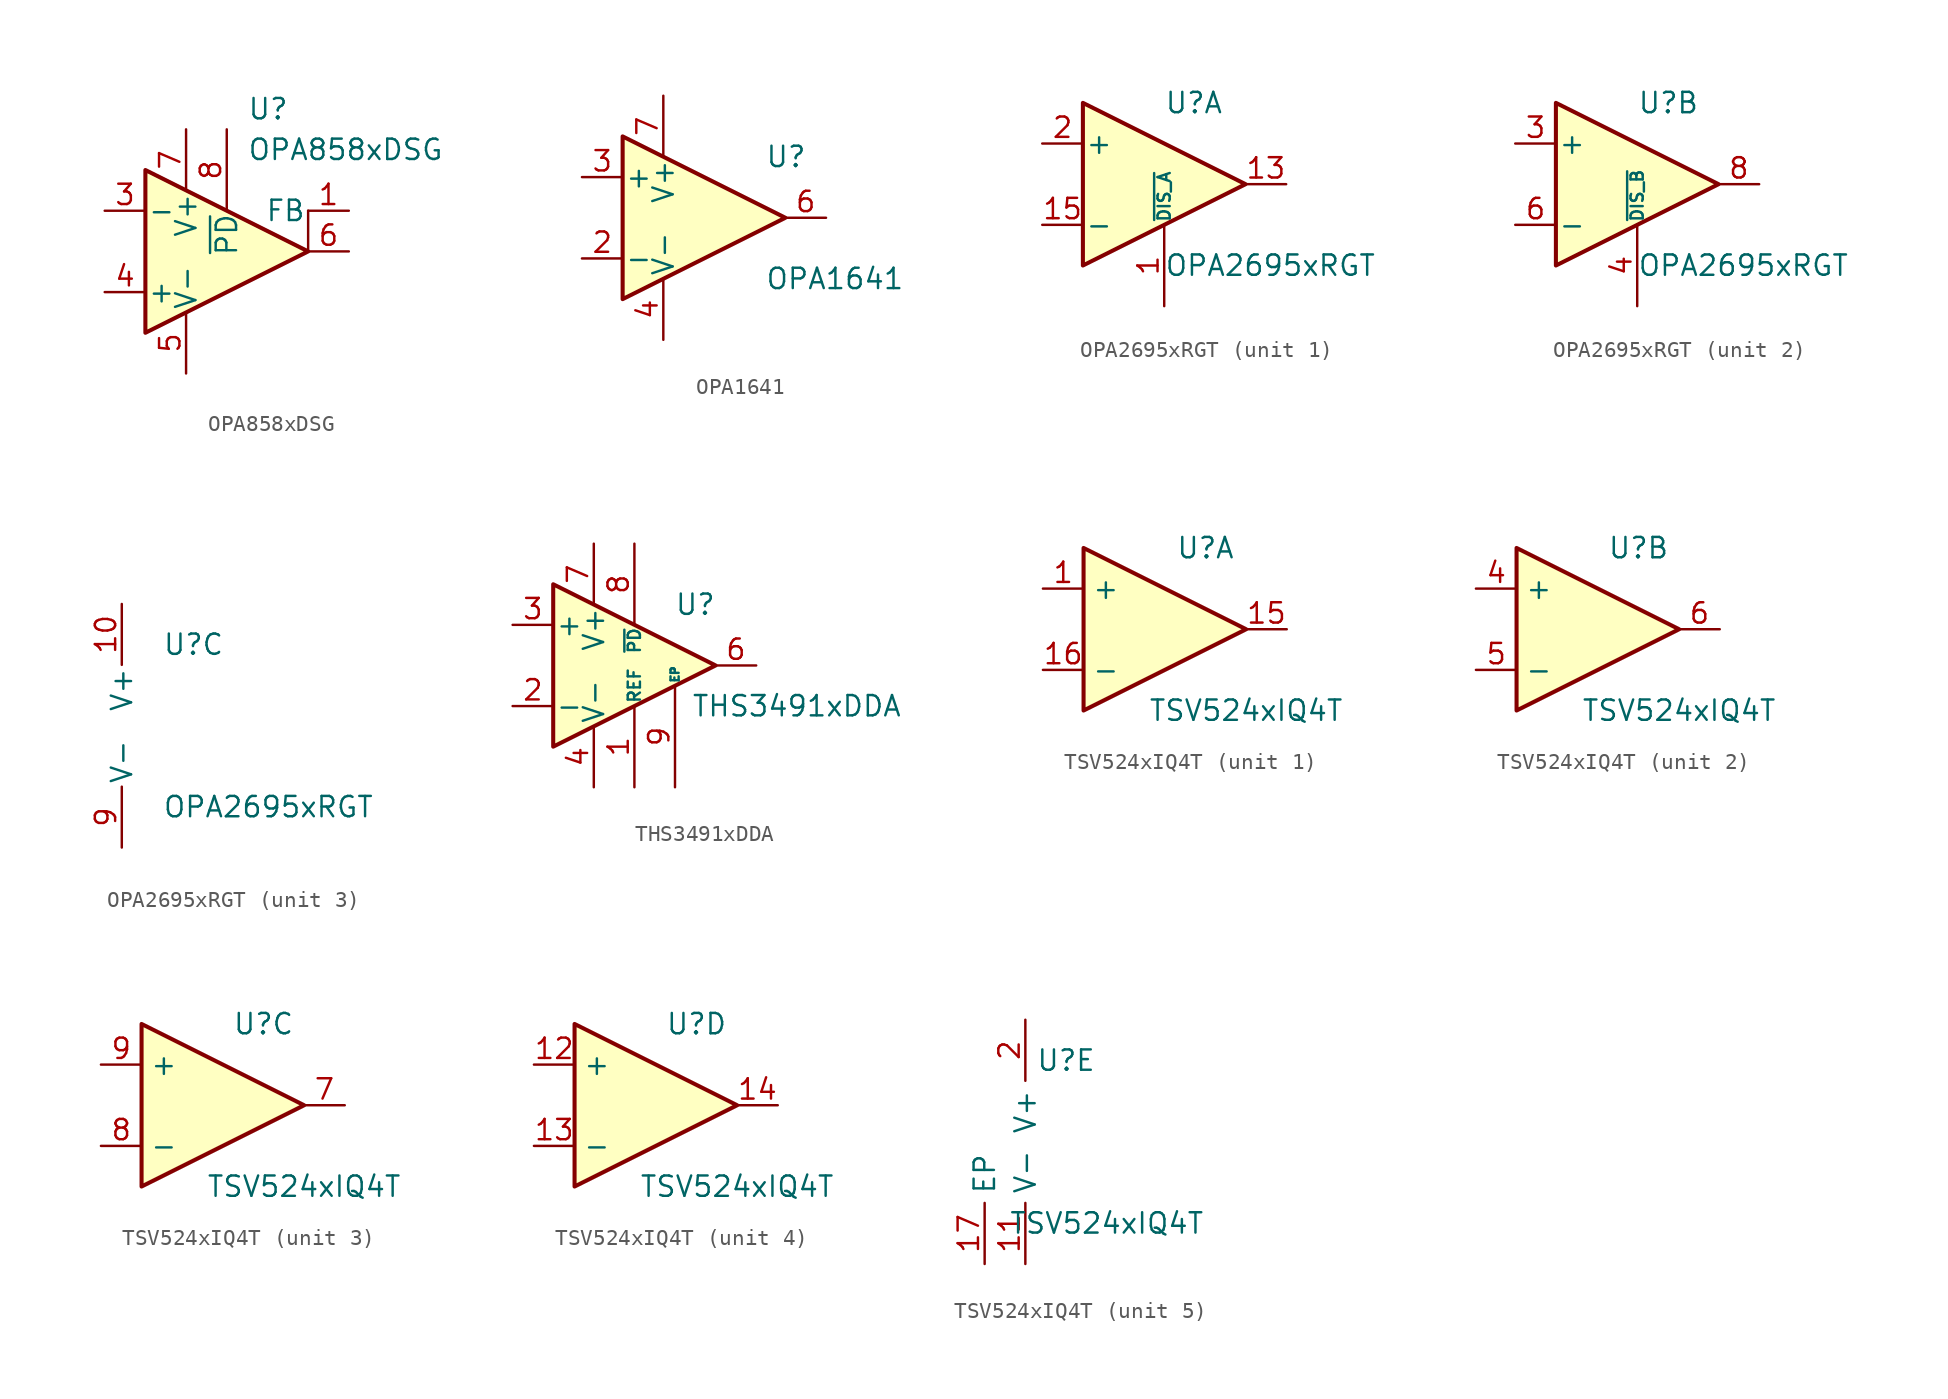
<source format=kicad_sym>
(kicad_symbol_lib
  (version 20200908)
  (generator kicad_symbol_editor)
  (symbol "Amplifier_Operational:OPA858xDSG"
    (pin_names
      (offset 0.127))
    (property "Reference" "U"
      (at 1.27 8.89 0)
      (effects (font (size 1.27 1.27)) (justify left)))
    (property "Value" "OPA858xDSG"
      (at 1.27 6.35 0)
      (effects (font (size 1.27 1.27)) (justify left)))
    (symbol "OPA858xDSG_0_1"
      (polyline (pts (xy 5.08 0) (xy 5.08 2.54)) (stroke (width 0.152)) (fill (type none)))
      (polyline (pts (xy -5.08 5.08) (xy 5.08 0) (xy -5.08 -5.08) (xy -5.08 5.08)) (stroke (width 0.254)) (fill (type background)))
      (pin unconnected line (at -5.08 -5.08 90) (length 3.81) hide (name "NC" (effects (font (size 1.27 1.27)))) (number "2" (effects (font (size 1.27 1.27)))))
      (pin output line (at 7.62 0 180) (length 2.54) (name "~" (effects (font (size 1.27 1.27)))) (number "6" (effects (font (size 1.27 1.27))))))
    (symbol "OPA858xDSG_0_0"
      (pin power_in line (at -2.54 7.62 270) (length 3.81) (name "V+" (effects (font (size 1.27 1.27)))) (number "7" (effects (font (size 1.27 1.27)))))
      (pin input line (at 0 7.62 270) (length 5.08) (name "~PD" (effects (font (size 1.27 1.27)))) (number "8" (effects (font (size 1.27 1.27)))))
      (pin passive line (at -2.54 -7.62 90) (length 3.81) hide (name "V-" (effects (font (size 1.27 1.27)))) (number "9" (effects (font (size 1.27 1.27))))))
    (symbol "OPA858xDSG_1_1"
      (pin output line (at 7.62 2.54 180) (length 2.54) (name "FB" (effects (font (size 1.27 1.27)))) (number "1" (effects (font (size 1.27 1.27)))))
      (pin input line (at -7.62 2.54 0) (length 2.54) (name "-" (effects (font (size 1.27 1.27)))) (number "3" (effects (font (size 1.27 1.27)))))
      (pin input line (at -7.62 -2.54 0) (length 2.54) (name "+" (effects (font (size 1.27 1.27)))) (number "4" (effects (font (size 1.27 1.27)))))
      (pin power_in line (at -2.54 -7.62 90) (length 3.81) (name "V-" (effects (font (size 1.27 1.27)))) (number "5" (effects (font (size 1.27 1.27)))))))
  (symbol "Amplifier_Operational:OPA1641"
    (pin_names
      (offset 0.127))
    (property "Reference" "U"
      (at 3.81 3.81 0)
      (effects (font (size 1.27 1.27)) (justify left)))
    (property "Value" "OPA1641"
      (at 3.81 -3.81 0)
      (effects (font (size 1.27 1.27)) (justify left)))
    (symbol "OPA1641_0_1"
      (polyline (pts (xy 5.08 0) (xy -5.08 5.08) (xy -5.08 -5.08) (xy 5.08 0)) (stroke (width 0.254)) (fill (type background))))
    (symbol "OPA1641_1_1"
      (pin unconnected line (at -2.54 -2.54 90) (length 2.54) hide (name "NC" (effects (font (size 1.27 1.27)))) (number "1" (effects (font (size 1.27 1.27)))))
      (pin input line (at -7.62 -2.54 0) (length 2.54) (name "-" (effects (font (size 1.27 1.27)))) (number "2" (effects (font (size 1.27 1.27)))))
      (pin input line (at -7.62 2.54 0) (length 2.54) (name "+" (effects (font (size 1.27 1.27)))) (number "3" (effects (font (size 1.27 1.27)))))
      (pin power_in line (at -2.54 -7.62 90) (length 3.81) (name "V-" (effects (font (size 1.27 1.27)))) (number "4" (effects (font (size 1.27 1.27)))))
      (pin unconnected line (at 0 -2.54 90) (length 2.54) hide (name "NC" (effects (font (size 1.27 1.27)))) (number "5" (effects (font (size 1.27 1.27)))))
      (pin output line (at 7.62 0 180) (length 2.54) (name "~" (effects (font (size 1.27 1.27)))) (number "6" (effects (font (size 1.27 1.27)))))
      (pin power_in line (at -2.54 7.62 270) (length 3.81) (name "V+" (effects (font (size 1.27 1.27)))) (number "7" (effects (font (size 1.27 1.27)))))
      (pin unconnected line (at -5.08 -2.54 90) (length 2.54) hide (name "NC" (effects (font (size 1.27 1.27)))) (number "8" (effects (font (size 1.27 1.27)))))))
  (symbol "Amplifier_Operational:OPA2695xRGT"
    (pin_names
      (offset 0.127))
    (property "Reference" "U"
      (at 0 5.08 0)
      (effects (font (size 1.27 1.27)) (justify left)))
    (property "Value" "OPA2695xRGT"
      (at 0 -5.08 0)
      (effects (font (size 1.27 1.27)) (justify left)))
    (property "ki_locked" ""
      (at 0 0 0)
      (effects (font (size 1.27 1.27))))
    (symbol "OPA2695xRGT_1_1"
      (polyline (pts (xy -5.08 5.08) (xy 5.08 0) (xy -5.08 -5.08) (xy -5.08 5.08)) (stroke (width 0.254)) (fill (type background)))
      (pin input line (at 0 -7.62 90) (length 5.08) (name "~DIS_A" (effects (font (size 0.762 0.762)))) (number "1" (effects (font (size 1.27 1.27)))))
      (pin output line (at 7.62 0 180) (length 2.54) (name "~" (effects (font (size 1.27 1.27)))) (number "13" (effects (font (size 1.27 1.27)))))
      (pin unconnected line (at 0 -2.54 90) (length 2.54) hide (name "NC" (effects (font (size 1.27 1.27)))) (number "14" (effects (font (size 1.27 1.27)))))
      (pin input line (at -7.62 -2.54 0) (length 2.54) (name "-" (effects (font (size 1.27 1.27)))) (number "15" (effects (font (size 1.27 1.27)))))
      (pin input line (at -7.62 2.54 0) (length 2.54) (name "+" (effects (font (size 1.27 1.27)))) (number "2" (effects (font (size 1.27 1.27)))))
      (pin unconnected line (at 0 2.54 270) (length 2.54) hide (name "NC" (effects (font (size 1.27 1.27)))) (number "5" (effects (font (size 1.27 1.27))))))
    (symbol "OPA2695xRGT_2_1"
      (polyline (pts (xy -5.08 5.08) (xy 5.08 0) (xy -5.08 -5.08) (xy -5.08 5.08)) (stroke (width 0.254)) (fill (type background)))
      (pin unconnected line (at 0 -2.54 90) (length 2.54) hide (name "NC" (effects (font (size 1.27 1.27)))) (number "16" (effects (font (size 1.27 1.27)))))
      (pin input line (at -7.62 2.54 0) (length 2.54) (name "+" (effects (font (size 1.27 1.27)))) (number "3" (effects (font (size 1.27 1.27)))))
      (pin input line (at 0 -7.62 90) (length 5.08) (name "~DIS_B" (effects (font (size 0.762 0.762)))) (number "4" (effects (font (size 1.27 1.27)))))
      (pin input line (at -7.62 -2.54 0) (length 2.54) (name "-" (effects (font (size 1.27 1.27)))) (number "6" (effects (font (size 1.27 1.27)))))
      (pin unconnected line (at 0 2.54 270) (length 2.54) hide (name "NC" (effects (font (size 1.27 1.27)))) (number "7" (effects (font (size 1.27 1.27)))))
      (pin output line (at 7.62 0 180) (length 2.54) (name "~" (effects (font (size 1.27 1.27)))) (number "8" (effects (font (size 1.27 1.27))))))
    (symbol "OPA2695xRGT_3_1"
      (pin power_in line (at -2.54 7.62 270) (length 3.81) (name "V+" (effects (font (size 1.27 1.27)))) (number "10" (effects (font (size 1.27 1.27)))))
      (pin passive line (at -2.54 7.62 90) (length 3.81) hide (name "V+" (effects (font (size 1.27 1.27)))) (number "11" (effects (font (size 1.27 1.27)))))
      (pin passive line (at -2.54 -7.62 90) (length 3.81) hide (name "V-" (effects (font (size 1.27 1.27)))) (number "12" (effects (font (size 1.27 1.27)))))
      (pin power_in line (at -2.54 -7.62 90) (length 3.81) (name "V-" (effects (font (size 1.27 1.27)))) (number "9" (effects (font (size 1.27 1.27)))))))
  (symbol "Amplifier_Operational:THS3491xDDA"
    (pin_names
      (offset 0.127))
    (property "Reference" "U"
      (at 3.81 3.81 0)
      (effects (font (size 1.27 1.27))))
    (property "Value" "THS3491xDDA"
      (at 10.16 -2.54 0)
      (effects (font (size 1.27 1.27))))
    (symbol "THS3491xDDA_1_1"
      (polyline (pts (xy -5.08 5.08) (xy 5.08 0) (xy -5.08 -5.08) (xy -5.08 5.08)) (stroke (width 0.254)) (fill (type background)))
      (pin input line (at 0 -7.62 90) (length 5.08) (name "REF" (effects (font (size 0.762 0.762)))) (number "1" (effects (font (size 1.27 1.27)))))
      (pin input line (at -7.62 -2.54 0) (length 2.54) (name "-" (effects (font (size 1.27 1.27)))) (number "2" (effects (font (size 1.27 1.27)))))
      (pin input line (at -7.62 2.54 0) (length 2.54) (name "+" (effects (font (size 1.27 1.27)))) (number "3" (effects (font (size 1.27 1.27)))))
      (pin power_in line (at -2.54 -7.62 90) (length 3.81) (name "V-" (effects (font (size 1.27 1.27)))) (number "4" (effects (font (size 1.27 1.27)))))
      (pin unconnected line (at -5.08 0 0) (length 2.54) hide (name "NC" (effects (font (size 1.27 1.27)))) (number "5" (effects (font (size 1.27 1.27)))))
      (pin output line (at 7.62 0 180) (length 2.54) (name "~" (effects (font (size 1.27 1.27)))) (number "6" (effects (font (size 1.27 1.27)))))
      (pin power_in line (at -2.54 7.62 270) (length 3.81) (name "V+" (effects (font (size 1.27 1.27)))) (number "7" (effects (font (size 1.27 1.27)))))
      (pin input line (at 0 7.62 270) (length 5.08) (name "~PD" (effects (font (size 0.762 0.762)))) (number "8" (effects (font (size 1.27 1.27)))))
      (pin passive line (at 2.54 -7.62 90) (length 6.35) (name "EP" (effects (font (size 0.508 0.508)))) (number "9" (effects (font (size 1.27 1.27)))))))
  (symbol "Amplifier_Operational:TSV524xIQ4T"
    (property "Reference" "U"
      (at 2.54 5.08 0)
      (effects (font (size 1.27 1.27))))
    (property "Value" "TSV524xIQ4T"
      (at 5.08 -5.08 0)
      (effects (font (size 1.27 1.27))))
    (property "ki_locked" ""
      (at 0 0 0)
      (effects (font (size 1.27 1.27))))
    (symbol "TSV524xIQ4T_1_1"
      (polyline (pts (xy -5.08 5.08) (xy 5.08 0) (xy -5.08 -5.08) (xy -5.08 5.08)) (stroke (width 0.254)) (fill (type background)))
      (pin input line (at -7.62 2.54 0) (length 2.54) (name "+" (effects (font (size 1.27 1.27)))) (number "1" (effects (font (size 1.27 1.27)))))
      (pin output line (at 7.62 0 180) (length 2.54) (name "~" (effects (font (size 1.27 1.27)))) (number "15" (effects (font (size 1.27 1.27)))))
      (pin input line (at -7.62 -2.54 0) (length 2.54) (name "-" (effects (font (size 1.27 1.27)))) (number "16" (effects (font (size 1.27 1.27))))))
    (symbol "TSV524xIQ4T_2_1"
      (polyline (pts (xy -5.08 5.08) (xy 5.08 0) (xy -5.08 -5.08) (xy -5.08 5.08)) (stroke (width 0.254)) (fill (type background)))
      (pin input line (at -7.62 2.54 0) (length 2.54) (name "+" (effects (font (size 1.27 1.27)))) (number "4" (effects (font (size 1.27 1.27)))))
      (pin input line (at -7.62 -2.54 0) (length 2.54) (name "-" (effects (font (size 1.27 1.27)))) (number "5" (effects (font (size 1.27 1.27)))))
      (pin output line (at 7.62 0 180) (length 2.54) (name "~" (effects (font (size 1.27 1.27)))) (number "6" (effects (font (size 1.27 1.27))))))
    (symbol "TSV524xIQ4T_3_1"
      (polyline (pts (xy -5.08 5.08) (xy 5.08 0) (xy -5.08 -5.08) (xy -5.08 5.08)) (stroke (width 0.254)) (fill (type background)))
      (pin output line (at 7.62 0 180) (length 2.54) (name "~" (effects (font (size 1.27 1.27)))) (number "7" (effects (font (size 1.27 1.27)))))
      (pin input line (at -7.62 -2.54 0) (length 2.54) (name "-" (effects (font (size 1.27 1.27)))) (number "8" (effects (font (size 1.27 1.27)))))
      (pin input line (at -7.62 2.54 0) (length 2.54) (name "+" (effects (font (size 1.27 1.27)))) (number "9" (effects (font (size 1.27 1.27))))))
    (symbol "TSV524xIQ4T_4_1"
      (polyline (pts (xy -5.08 5.08) (xy 5.08 0) (xy -5.08 -5.08) (xy -5.08 5.08)) (stroke (width 0.254)) (fill (type background)))
      (pin input line (at -7.62 2.54 0) (length 2.54) (name "+" (effects (font (size 1.27 1.27)))) (number "12" (effects (font (size 1.27 1.27)))))
      (pin input line (at -7.62 -2.54 0) (length 2.54) (name "-" (effects (font (size 1.27 1.27)))) (number "13" (effects (font (size 1.27 1.27)))))
      (pin output line (at 7.62 0 180) (length 2.54) (name "~" (effects (font (size 1.27 1.27)))) (number "14" (effects (font (size 1.27 1.27))))))
    (symbol "TSV524xIQ4T_5_1"
      (pin unconnected line (at -2.54 0 0) (length 3.81) hide (name "NC" (effects (font (size 1.27 1.27)))) (number "10" (effects (font (size 1.27 1.27)))))
      (pin power_in line (at 0 -7.62 90) (length 3.81) (name "V-" (effects (font (size 1.27 1.27)))) (number "11" (effects (font (size 1.27 1.27)))))
      (pin passive line (at -2.54 -7.62 90) (length 3.81) (name "EP" (effects (font (size 1.27 1.27)))) (number "17" (effects (font (size 1.27 1.27)))))
      (pin power_in line (at 0 7.62 270) (length 3.81) (name "V+" (effects (font (size 1.27 1.27)))) (number "2" (effects (font (size 1.27 1.27)))))
      (pin unconnected line (at -2.54 2.54 0) (length 3.81) hide (name "NC" (effects (font (size 1.27 1.27)))) (number "3" (effects (font (size 1.27 1.27))))))))
</source>
